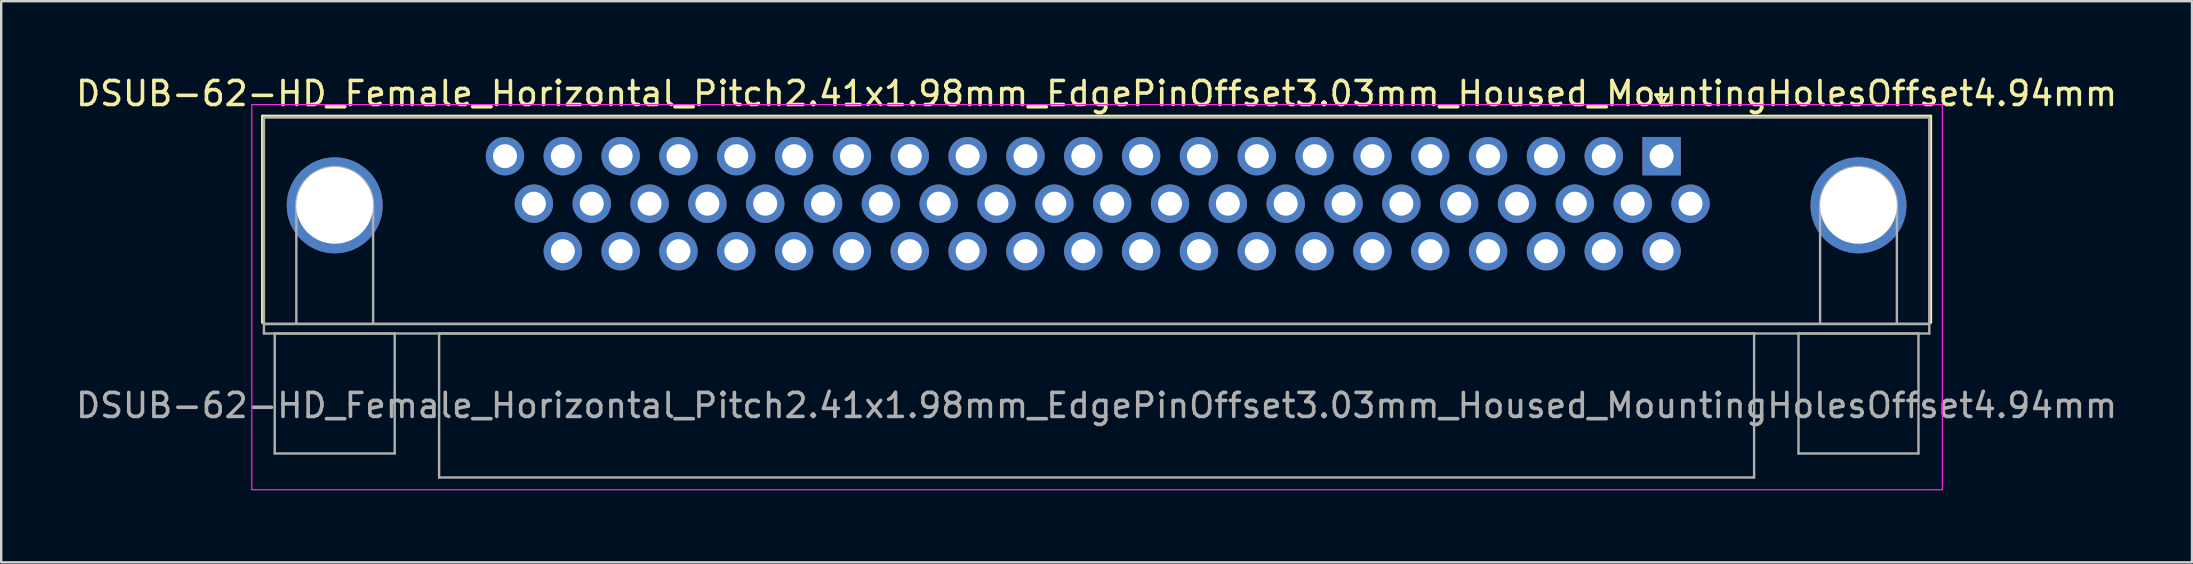
<source format=kicad_pcb>
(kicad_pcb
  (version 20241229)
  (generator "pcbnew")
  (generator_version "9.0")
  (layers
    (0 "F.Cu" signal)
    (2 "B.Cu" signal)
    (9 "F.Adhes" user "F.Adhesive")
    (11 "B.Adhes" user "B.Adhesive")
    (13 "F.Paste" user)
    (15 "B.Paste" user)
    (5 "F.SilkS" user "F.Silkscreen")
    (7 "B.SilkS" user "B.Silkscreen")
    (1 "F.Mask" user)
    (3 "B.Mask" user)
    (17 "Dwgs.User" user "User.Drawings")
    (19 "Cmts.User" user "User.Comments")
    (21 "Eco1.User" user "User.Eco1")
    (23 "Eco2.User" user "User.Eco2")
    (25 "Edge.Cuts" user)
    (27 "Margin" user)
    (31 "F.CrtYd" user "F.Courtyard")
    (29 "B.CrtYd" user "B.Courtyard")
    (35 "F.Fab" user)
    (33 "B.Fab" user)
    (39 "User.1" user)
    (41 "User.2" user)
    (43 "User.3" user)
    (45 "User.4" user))
  (footprint "DSUB-62-HD_Female_Horizontal_Pitch2.41x1.98mm_EdgePinOffset3.03mm_Housed_MountingHolesOffset4.94mm"
    (layer "F.Cu")
    (at 66.194 3.458)
    (property "Reference" "DSUB-62-HD_Female_Horizontal_Pitch2.41x1.98mm_EdgePinOffset3.03mm_Housed_MountingHolesOffset4.94mm" (at -23.545 -2.61 0) (layer "F.SilkS") (effects (font (size 1 1) (thickness 0.15))))
    (attr through_hole)
    (fp_line (start -58.305 -1.67) (end 11.215 -1.67) (stroke (width 0.12) (type solid)) (layer "F.SilkS"))
    (fp_line (start -58.305 6.93) (end -58.305 -1.67) (stroke (width 0.12) (type solid)) (layer "F.SilkS"))
    (fp_line (start -0.25 -2.564) (end 0.25 -2.564) (stroke (width 0.12) (type solid)) (layer "F.SilkS"))
    (fp_line (start 0 -2.131) (end -0.25 -2.564) (stroke (width 0.12) (type solid)) (layer "F.SilkS"))
    (fp_line (start 0.25 -2.564) (end 0 -2.131) (stroke (width 0.12) (type solid)) (layer "F.SilkS"))
    (fp_line (start 11.215 -1.67) (end 11.215 6.93) (stroke (width 0.12) (type solid)) (layer "F.SilkS"))
    (fp_line (start -58.75 -2.15) (end -58.75 13.9) (stroke (width 0.05) (type solid)) (layer "F.CrtYd"))
    (fp_line (start -58.75 13.9) (end 11.7 13.9) (stroke (width 0.05) (type solid)) (layer "F.CrtYd"))
    (fp_line (start 11.7 -2.15) (end -58.75 -2.15) (stroke (width 0.05) (type solid)) (layer "F.CrtYd"))
    (fp_line (start 11.7 13.9) (end 11.7 -2.15) (stroke (width 0.05) (type solid)) (layer "F.CrtYd"))
    (fp_line (start -58.245 -1.61) (end -58.245 6.99) (stroke (width 0.1) (type solid)) (layer "F.Fab"))
    (fp_line (start -58.245 6.99) (end -58.245 7.39) (stroke (width 0.1) (type solid)) (layer "F.Fab"))
    (fp_line (start -58.245 6.99) (end 11.155 6.99) (stroke (width 0.1) (type solid)) (layer "F.Fab"))
    (fp_line (start -58.245 7.39) (end 11.155 7.39) (stroke (width 0.1) (type solid)) (layer "F.Fab"))
    (fp_line (start -57.795 7.39) (end -57.795 12.39) (stroke (width 0.1) (type solid)) (layer "F.Fab"))
    (fp_line (start -57.795 12.39) (end -52.795 12.39) (stroke (width 0.1) (type solid)) (layer "F.Fab"))
    (fp_line (start -56.895 6.99) (end -56.895 2.05) (stroke (width 0.1) (type solid)) (layer "F.Fab"))
    (fp_line (start -53.695 6.99) (end -53.695 2.05) (stroke (width 0.1) (type solid)) (layer "F.Fab"))
    (fp_line (start -52.795 7.39) (end -57.795 7.39) (stroke (width 0.1) (type solid)) (layer "F.Fab"))
    (fp_line (start -52.795 12.39) (end -52.795 7.39) (stroke (width 0.1) (type solid)) (layer "F.Fab"))
    (fp_line (start -50.945 7.39) (end -50.945 13.39) (stroke (width 0.1) (type solid)) (layer "F.Fab"))
    (fp_line (start -50.945 13.39) (end 3.855 13.39) (stroke (width 0.1) (type solid)) (layer "F.Fab"))
    (fp_line (start 3.855 7.39) (end -50.945 7.39) (stroke (width 0.1) (type solid)) (layer "F.Fab"))
    (fp_line (start 3.855 13.39) (end 3.855 7.39) (stroke (width 0.1) (type solid)) (layer "F.Fab"))
    (fp_line (start 5.705 7.39) (end 5.705 12.39) (stroke (width 0.1) (type solid)) (layer "F.Fab"))
    (fp_line (start 5.705 12.39) (end 10.705 12.39) (stroke (width 0.1) (type solid)) (layer "F.Fab"))
    (fp_line (start 6.605 6.99) (end 6.605 2.05) (stroke (width 0.1) (type solid)) (layer "F.Fab"))
    (fp_line (start 9.805 6.99) (end 9.805 2.05) (stroke (width 0.1) (type solid)) (layer "F.Fab"))
    (fp_line (start 10.705 7.39) (end 5.705 7.39) (stroke (width 0.1) (type solid)) (layer "F.Fab"))
    (fp_line (start 10.705 12.39) (end 10.705 7.39) (stroke (width 0.1) (type solid)) (layer "F.Fab"))
    (fp_line (start 11.155 -1.61) (end -58.245 -1.61) (stroke (width 0.1) (type solid)) (layer "F.Fab"))
    (fp_line (start 11.155 6.99) (end -58.245 6.99) (stroke (width 0.1) (type solid)) (layer "F.Fab"))
    (fp_line (start 11.155 6.99) (end 11.155 -1.61) (stroke (width 0.1) (type solid)) (layer "F.Fab"))
    (fp_line (start 11.155 7.39) (end 11.155 6.99) (stroke (width 0.1) (type solid)) (layer "F.Fab"))
    (fp_arc (start -56.895 2.05) (mid -55.295 0.45) (end -53.695 2.05) (stroke (width 0.1) (type solid)) (layer "F.Fab"))
    (fp_arc (start 6.605 2.05) (mid 8.205 0.45) (end 9.805 2.05) (stroke (width 0.1) (type solid)) (layer "F.Fab"))
    (fp_text user "${REFERENCE}" (at -23.545 10.39 0) (layer "F.Fab") (effects (font (size 1 1) (thickness 0.15))))
    (pad "0" thru_hole circle (at -55.295 2.05) (size 4 4) (drill 3.2) (layers "*.Cu" "*.Mask"))
    (pad "0" thru_hole circle (at 8.205 2.05) (size 4 4) (drill 3.2) (layers "*.Cu" "*.Mask"))
    (pad "1" thru_hole rect (at 0 0) (size 1.6 1.6) (drill 1) (layers "*.Cu" "*.Mask"))
    (pad "2" thru_hole circle (at -2.41 0) (size 1.6 1.6) (drill 1) (layers "*.Cu" "*.Mask"))
    (pad "3" thru_hole circle (at -4.82 0) (size 1.6 1.6) (drill 1) (layers "*.Cu" "*.Mask"))
    (pad "4" thru_hole circle (at -7.23 0) (size 1.6 1.6) (drill 1) (layers "*.Cu" "*.Mask"))
    (pad "5" thru_hole circle (at -9.64 0) (size 1.6 1.6) (drill 1) (layers "*.Cu" "*.Mask"))
    (pad "6" thru_hole circle (at -12.05 0) (size 1.6 1.6) (drill 1) (layers "*.Cu" "*.Mask"))
    (pad "7" thru_hole circle (at -14.46 0) (size 1.6 1.6) (drill 1) (layers "*.Cu" "*.Mask"))
    (pad "8" thru_hole circle (at -16.87 0) (size 1.6 1.6) (drill 1) (layers "*.Cu" "*.Mask"))
    (pad "9" thru_hole circle (at -19.28 0) (size 1.6 1.6) (drill 1) (layers "*.Cu" "*.Mask"))
    (pad "10" thru_hole circle (at -21.69 0) (size 1.6 1.6) (drill 1) (layers "*.Cu" "*.Mask"))
    (pad "11" thru_hole circle (at -24.1 0) (size 1.6 1.6) (drill 1) (layers "*.Cu" "*.Mask"))
    (pad "12" thru_hole circle (at -26.51 0) (size 1.6 1.6) (drill 1) (layers "*.Cu" "*.Mask"))
    (pad "13" thru_hole circle (at -28.92 0) (size 1.6 1.6) (drill 1) (layers "*.Cu" "*.Mask"))
    (pad "14" thru_hole circle (at -31.33 0) (size 1.6 1.6) (drill 1) (layers "*.Cu" "*.Mask"))
    (pad "15" thru_hole circle (at -33.74 0) (size 1.6 1.6) (drill 1) (layers "*.Cu" "*.Mask"))
    (pad "16" thru_hole circle (at -36.15 0) (size 1.6 1.6) (drill 1) (layers "*.Cu" "*.Mask"))
    (pad "17" thru_hole circle (at -38.56 0) (size 1.6 1.6) (drill 1) (layers "*.Cu" "*.Mask"))
    (pad "18" thru_hole circle (at -40.97 0) (size 1.6 1.6) (drill 1) (layers "*.Cu" "*.Mask"))
    (pad "19" thru_hole circle (at -43.38 0) (size 1.6 1.6) (drill 1) (layers "*.Cu" "*.Mask"))
    (pad "20" thru_hole circle (at -45.79 0) (size 1.6 1.6) (drill 1) (layers "*.Cu" "*.Mask"))
    (pad "21" thru_hole circle (at -48.2 0) (size 1.6 1.6) (drill 1) (layers "*.Cu" "*.Mask"))
    (pad "22" thru_hole circle (at 1.205 1.98) (size 1.6 1.6) (drill 1) (layers "*.Cu" "*.Mask"))
    (pad "23" thru_hole circle (at -1.205 1.98) (size 1.6 1.6) (drill 1) (layers "*.Cu" "*.Mask"))
    (pad "24" thru_hole circle (at -3.615 1.98) (size 1.6 1.6) (drill 1) (layers "*.Cu" "*.Mask"))
    (pad "25" thru_hole circle (at -6.025 1.98) (size 1.6 1.6) (drill 1) (layers "*.Cu" "*.Mask"))
    (pad "26" thru_hole circle (at -8.435 1.98) (size 1.6 1.6) (drill 1) (layers "*.Cu" "*.Mask"))
    (pad "27" thru_hole circle (at -10.845 1.98) (size 1.6 1.6) (drill 1) (layers "*.Cu" "*.Mask"))
    (pad "28" thru_hole circle (at -13.255 1.98) (size 1.6 1.6) (drill 1) (layers "*.Cu" "*.Mask"))
    (pad "29" thru_hole circle (at -15.665 1.98) (size 1.6 1.6) (drill 1) (layers "*.Cu" "*.Mask"))
    (pad "30" thru_hole circle (at -18.075 1.98) (size 1.6 1.6) (drill 1) (layers "*.Cu" "*.Mask"))
    (pad "31" thru_hole circle (at -20.485 1.98) (size 1.6 1.6) (drill 1) (layers "*.Cu" "*.Mask"))
    (pad "32" thru_hole circle (at -22.895 1.98) (size 1.6 1.6) (drill 1) (layers "*.Cu" "*.Mask"))
    (pad "33" thru_hole circle (at -25.305 1.98) (size 1.6 1.6) (drill 1) (layers "*.Cu" "*.Mask"))
    (pad "34" thru_hole circle (at -27.715 1.98) (size 1.6 1.6) (drill 1) (layers "*.Cu" "*.Mask"))
    (pad "35" thru_hole circle (at -30.125 1.98) (size 1.6 1.6) (drill 1) (layers "*.Cu" "*.Mask"))
    (pad "36" thru_hole circle (at -32.535 1.98) (size 1.6 1.6) (drill 1) (layers "*.Cu" "*.Mask"))
    (pad "37" thru_hole circle (at -34.945 1.98) (size 1.6 1.6) (drill 1) (layers "*.Cu" "*.Mask"))
    (pad "38" thru_hole circle (at -37.355 1.98) (size 1.6 1.6) (drill 1) (layers "*.Cu" "*.Mask"))
    (pad "39" thru_hole circle (at -39.765 1.98) (size 1.6 1.6) (drill 1) (layers "*.Cu" "*.Mask"))
    (pad "40" thru_hole circle (at -42.175 1.98) (size 1.6 1.6) (drill 1) (layers "*.Cu" "*.Mask"))
    (pad "41" thru_hole circle (at -44.585 1.98) (size 1.6 1.6) (drill 1) (layers "*.Cu" "*.Mask"))
    (pad "42" thru_hole circle (at -46.995 1.98) (size 1.6 1.6) (drill 1) (layers "*.Cu" "*.Mask"))
    (pad "43" thru_hole circle (at 0 3.96) (size 1.6 1.6) (drill 1) (layers "*.Cu" "*.Mask"))
    (pad "44" thru_hole circle (at -2.41 3.96) (size 1.6 1.6) (drill 1) (layers "*.Cu" "*.Mask"))
    (pad "45" thru_hole circle (at -4.82 3.96) (size 1.6 1.6) (drill 1) (layers "*.Cu" "*.Mask"))
    (pad "46" thru_hole circle (at -7.23 3.96) (size 1.6 1.6) (drill 1) (layers "*.Cu" "*.Mask"))
    (pad "47" thru_hole circle (at -9.64 3.96) (size 1.6 1.6) (drill 1) (layers "*.Cu" "*.Mask"))
    (pad "48" thru_hole circle (at -12.05 3.96) (size 1.6 1.6) (drill 1) (layers "*.Cu" "*.Mask"))
    (pad "49" thru_hole circle (at -14.46 3.96) (size 1.6 1.6) (drill 1) (layers "*.Cu" "*.Mask"))
    (pad "50" thru_hole circle (at -16.87 3.96) (size 1.6 1.6) (drill 1) (layers "*.Cu" "*.Mask"))
    (pad "51" thru_hole circle (at -19.28 3.96) (size 1.6 1.6) (drill 1) (layers "*.Cu" "*.Mask"))
    (pad "52" thru_hole circle (at -21.69 3.96) (size 1.6 1.6) (drill 1) (layers "*.Cu" "*.Mask"))
    (pad "53" thru_hole circle (at -24.1 3.96) (size 1.6 1.6) (drill 1) (layers "*.Cu" "*.Mask"))
    (pad "54" thru_hole circle (at -26.51 3.96) (size 1.6 1.6) (drill 1) (layers "*.Cu" "*.Mask"))
    (pad "55" thru_hole circle (at -28.92 3.96) (size 1.6 1.6) (drill 1) (layers "*.Cu" "*.Mask"))
    (pad "56" thru_hole circle (at -31.33 3.96) (size 1.6 1.6) (drill 1) (layers "*.Cu" "*.Mask"))
    (pad "57" thru_hole circle (at -33.74 3.96) (size 1.6 1.6) (drill 1) (layers "*.Cu" "*.Mask"))
    (pad "58" thru_hole circle (at -36.15 3.96) (size 1.6 1.6) (drill 1) (layers "*.Cu" "*.Mask"))
    (pad "59" thru_hole circle (at -38.56 3.96) (size 1.6 1.6) (drill 1) (layers "*.Cu" "*.Mask"))
    (pad "60" thru_hole circle (at -40.97 3.96) (size 1.6 1.6) (drill 1) (layers "*.Cu" "*.Mask"))
    (pad "61" thru_hole circle (at -43.38 3.96) (size 1.6 1.6) (drill 1) (layers "*.Cu" "*.Mask"))
    (pad "62" thru_hole circle (at -45.79 3.96) (size 1.6 1.6) (drill 1) (layers "*.Cu" "*.Mask")))
  (gr_rect
    (start -3 -3)
    (end 88.298 20.383)
    (stroke (width 0.1) (type default))
    (fill no)
    (layer "Edge.Cuts")))
</source>
